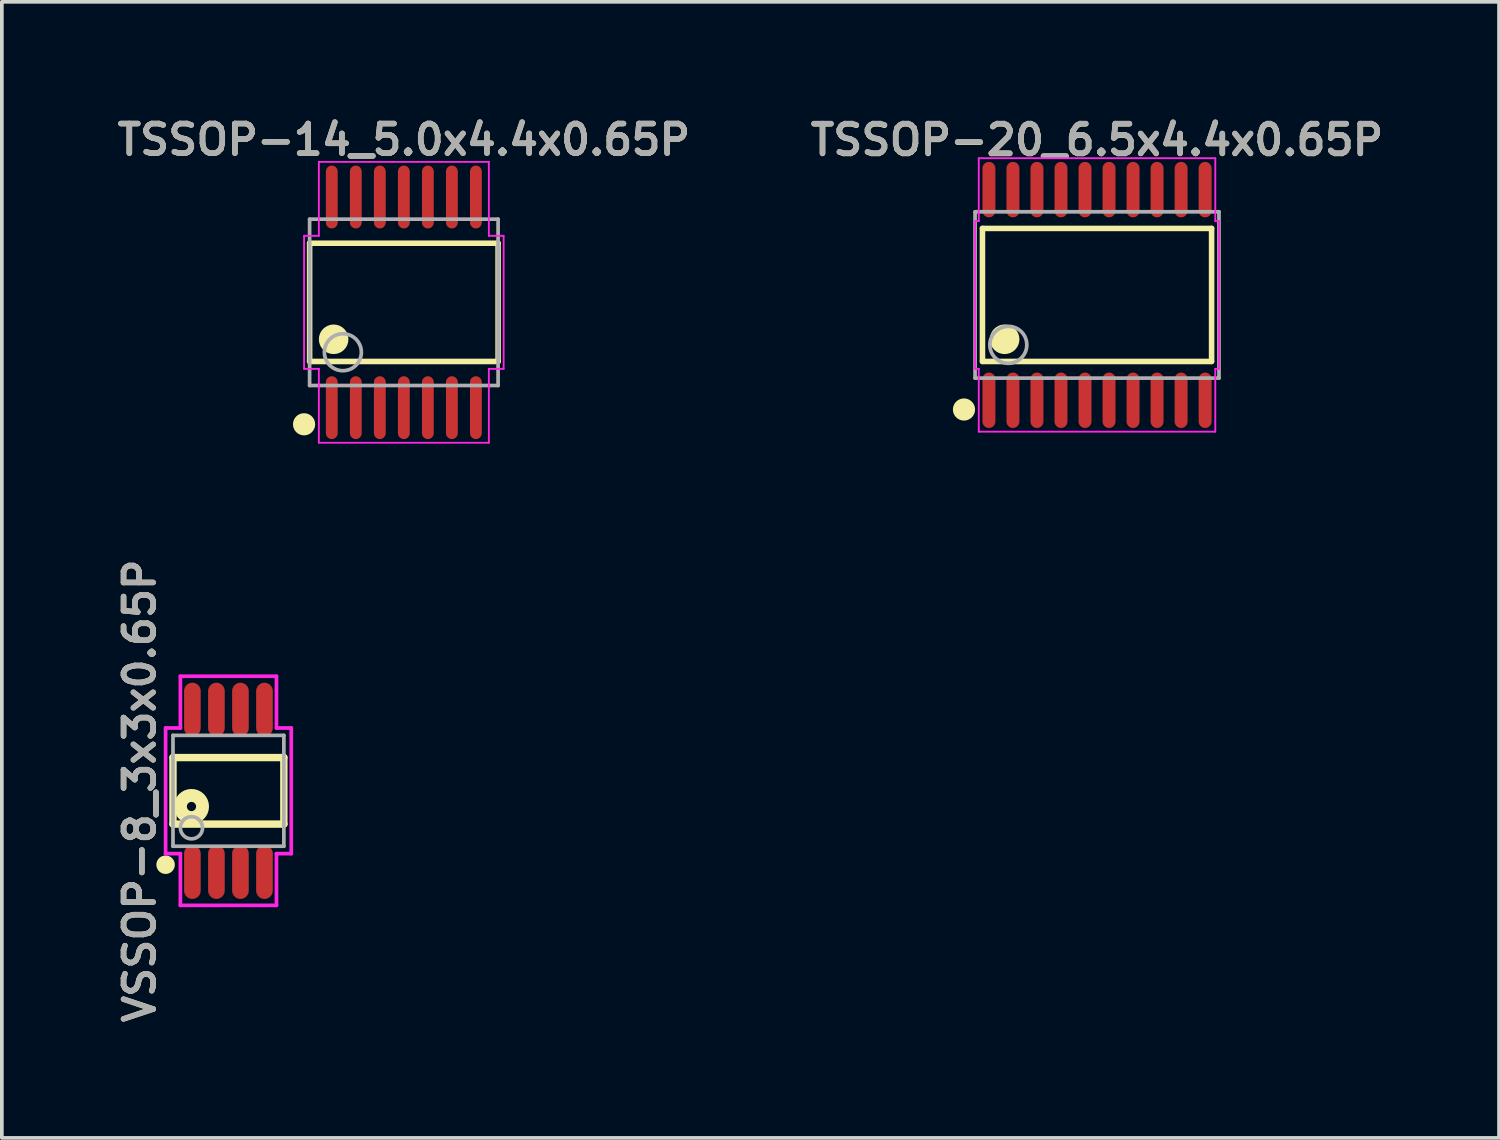
<source format=kicad_pcb>
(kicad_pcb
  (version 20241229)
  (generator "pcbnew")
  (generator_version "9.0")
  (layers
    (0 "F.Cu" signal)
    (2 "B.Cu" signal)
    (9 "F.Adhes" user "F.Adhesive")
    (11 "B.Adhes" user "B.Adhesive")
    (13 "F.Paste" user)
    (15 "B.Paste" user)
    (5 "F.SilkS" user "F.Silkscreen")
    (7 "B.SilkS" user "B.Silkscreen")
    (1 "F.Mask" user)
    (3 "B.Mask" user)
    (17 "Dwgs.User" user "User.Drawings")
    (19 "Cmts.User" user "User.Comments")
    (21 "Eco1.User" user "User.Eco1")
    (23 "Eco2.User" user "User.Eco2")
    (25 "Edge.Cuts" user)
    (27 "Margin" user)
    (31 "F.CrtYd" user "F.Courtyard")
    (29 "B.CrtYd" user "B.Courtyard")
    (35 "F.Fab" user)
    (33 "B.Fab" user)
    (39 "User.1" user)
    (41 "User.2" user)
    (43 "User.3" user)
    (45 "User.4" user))
  (footprint "VSSOP-8_3x3x0.65P"
    (layer "F.Cu")
    (at 3.131 18.349)
    (property "Reference" "VSSOP-8_3x3x0.65P" (at -2.4 0 90) (layer "F.SilkS") (effects (font (size 0.8 0.8) (thickness 0.15))))
    (attr through_hole)
    (fp_line (start -1.5 -0.9) (end 1.5 -0.9) (stroke (width 0.2) (type solid)) (layer "F.SilkS"))
    (fp_line (start -1.5 0.9) (end -1.5 -0.9) (stroke (width 0.2) (type solid)) (layer "F.SilkS"))
    (fp_line (start -1.5 0.9) (end 1.5 0.9) (stroke (width 0.2) (type solid)) (layer "F.SilkS"))
    (fp_line (start 1.5 0.9) (end 1.5 -0.9) (stroke (width 0.2) (type solid)) (layer "F.SilkS"))
    (fp_circle (center -1.7 2) (end -1.575 2) (stroke (width 0.25) (type solid)) (fill no) (layer "F.SilkS"))
    (fp_circle (center -1 0.425) (end -0.875 0.425) (stroke (width 0.35) (type solid)) (fill no) (layer "F.SilkS"))
    (fp_line (start -1.7 -1.7) (end -1.3 -1.7) (stroke (width 0.1) (type solid)) (layer "F.CrtYd"))
    (fp_line (start -1.7 1.7) (end -1.7 -1.7) (stroke (width 0.1) (type solid)) (layer "F.CrtYd"))
    (fp_line (start -1.3 -3.1) (end 1.3 -3.1) (stroke (width 0.1) (type solid)) (layer "F.CrtYd"))
    (fp_line (start -1.3 -1.7) (end -1.3 -3.1) (stroke (width 0.1) (type solid)) (layer "F.CrtYd"))
    (fp_line (start -1.3 1.7) (end -1.7 1.7) (stroke (width 0.1) (type solid)) (layer "F.CrtYd"))
    (fp_line (start -1.3 3.1) (end -1.3 1.7) (stroke (width 0.1) (type solid)) (layer "F.CrtYd"))
    (fp_line (start 1.3 -3.1) (end 1.3 -1.7) (stroke (width 0.1) (type solid)) (layer "F.CrtYd"))
    (fp_line (start 1.3 -1.7) (end 1.7 -1.7) (stroke (width 0.1) (type solid)) (layer "F.CrtYd"))
    (fp_line (start 1.3 1.7) (end 1.3 3.1) (stroke (width 0.1) (type solid)) (layer "F.CrtYd"))
    (fp_line (start 1.3 3.1) (end -1.3 3.1) (stroke (width 0.1) (type solid)) (layer "F.CrtYd"))
    (fp_line (start 1.7 -1.7) (end 1.7 1.7) (stroke (width 0.1) (type solid)) (layer "F.CrtYd"))
    (fp_line (start 1.7 1.7) (end 1.3 1.7) (stroke (width 0.1) (type solid)) (layer "F.CrtYd"))
    (fp_line (start -1.5 -1.5) (end 1.5 -1.5) (stroke (width 0.1) (type solid)) (layer "F.Fab"))
    (fp_line (start -1.5 1.5) (end -1.5 -1.5) (stroke (width 0.1) (type solid)) (layer "F.Fab"))
    (fp_line (start -1.5 1.5) (end 1.5 1.5) (stroke (width 0.1) (type solid)) (layer "F.Fab"))
    (fp_line (start 1.5 1.5) (end 1.5 -1.5) (stroke (width 0.1) (type solid)) (layer "F.Fab"))
    (fp_circle (center -1 1) (end -0.7 1) (stroke (width 0.1) (type solid)) (fill no) (layer "F.Fab"))
    (fp_text user "${REFERENCE}" (at -2.4 0 90) (layer "F.Fab") (effects (font (size 0.8 0.8) (thickness 0.15))))
    (pad "1" smd oval (at -0.975 2.2 270) (size 1.45 0.45) (layers "F.Cu" "F.Mask" "F.Paste"))
    (pad "2" smd oval (at -0.325 2.2 270) (size 1.45 0.45) (layers "F.Cu" "F.Mask" "F.Paste"))
    (pad "3" smd oval (at 0.325 2.2 270) (size 1.45 0.45) (layers "F.Cu" "F.Mask" "F.Paste"))
    (pad "4" smd oval (at 0.975 2.2 270) (size 1.45 0.45) (layers "F.Cu" "F.Mask" "F.Paste"))
    (pad "5" smd oval (at 0.975 -2.2 270) (size 1.45 0.45) (layers "F.Cu" "F.Mask" "F.Paste"))
    (pad "6" smd oval (at 0.325 -2.2 270) (size 1.45 0.45) (layers "F.Cu" "F.Mask" "F.Paste"))
    (pad "7" smd oval (at -0.325 -2.2 270) (size 1.45 0.45) (layers "F.Cu" "F.Mask" "F.Paste"))
    (pad "8" smd oval (at -0.975 -2.2 270) (size 1.45 0.45) (layers "F.Cu" "F.Mask" "F.Paste")))
  (footprint "TSSOP-14_5.0x4.4x0.65P"
    (layer "F.Cu")
    (at 7.878 5.131)
    (property "Reference" "TSSOP-14_5.0x4.4x0.65P" (at 0 -4.4 0) (layer "F.SilkS") (effects (font (size 0.8 0.8) (thickness 0.15))))
    (attr smd)
    (fp_line (start -2.55 -1.6) (end 2.55 -1.6) (stroke (width 0.15) (type solid)) (layer "F.SilkS"))
    (fp_line (start -2.55 1.6) (end -2.55 -1.6) (stroke (width 0.15) (type solid)) (layer "F.SilkS"))
    (fp_line (start -2.55 1.6) (end 2.55 1.6) (stroke (width 0.15) (type solid)) (layer "F.SilkS"))
    (fp_line (start 2.55 1.6) (end 2.55 -1.6) (stroke (width 0.15) (type solid)) (layer "F.SilkS"))
    (fp_circle (center -2.7 3.3) (end -2.55 3.3) (stroke (width 0.3) (type solid)) (fill no) (layer "F.SilkS"))
    (fp_circle (center -1.9 1) (end -1.7 1) (stroke (width 0.4) (type solid)) (fill no) (layer "F.SilkS"))
    (fp_line (start -2.7 1.8) (end -2.7 -1.8) (stroke (width 0.05) (type solid)) (layer "F.CrtYd"))
    (fp_line (start -2.3 -3.8) (end -2.3 -1.8) (stroke (width 0.05) (type solid)) (layer "F.CrtYd"))
    (fp_line (start -2.3 -3.8) (end 2.3 -3.8) (stroke (width 0.05) (type solid)) (layer "F.CrtYd"))
    (fp_line (start -2.3 -1.8) (end -2.7 -1.8) (stroke (width 0.05) (type solid)) (layer "F.CrtYd"))
    (fp_line (start -2.3 1.8) (end -2.7 1.8) (stroke (width 0.05) (type solid)) (layer "F.CrtYd"))
    (fp_line (start -2.3 3.8) (end -2.3 1.8) (stroke (width 0.05) (type solid)) (layer "F.CrtYd"))
    (fp_line (start 2.3 -3.8) (end 2.3 -1.8) (stroke (width 0.05) (type solid)) (layer "F.CrtYd"))
    (fp_line (start 2.3 -1.8) (end 2.7 -1.8) (stroke (width 0.05) (type solid)) (layer "F.CrtYd"))
    (fp_line (start 2.3 1.8) (end 2.3 3.8) (stroke (width 0.05) (type solid)) (layer "F.CrtYd"))
    (fp_line (start 2.3 3.8) (end -2.3 3.8) (stroke (width 0.05) (type solid)) (layer "F.CrtYd"))
    (fp_line (start 2.7 -1.8) (end 2.7 1.8) (stroke (width 0.05) (type solid)) (layer "F.CrtYd"))
    (fp_line (start 2.7 1.8) (end 2.3 1.8) (stroke (width 0.05) (type solid)) (layer "F.CrtYd"))
    (fp_line (start -2.55 -2.25) (end 2.55 -2.25) (stroke (width 0.1) (type solid)) (layer "F.Fab"))
    (fp_line (start -2.55 2.25) (end -2.55 -2.25) (stroke (width 0.1) (type solid)) (layer "F.Fab"))
    (fp_line (start -2.55 2.25) (end 2.55 2.25) (stroke (width 0.1) (type solid)) (layer "F.Fab"))
    (fp_line (start 2.55 -2.25) (end 2.55 2.25) (stroke (width 0.1) (type solid)) (layer "F.Fab"))
    (fp_circle (center -1.65 1.35) (end -1.15 1.35) (stroke (width 0.1) (type solid)) (fill no) (layer "F.Fab"))
    (fp_text user "${REFERENCE}" (at 0 -4.4 0) (layer "F.Fab") (effects (font (size 0.8 0.8) (thickness 0.15))))
    (pad "1" smd oval (at -1.95 2.85 180) (size 0.32 1.7) (layers "F.Cu" "F.Mask" "F.Paste"))
    (pad "2" smd oval (at -1.3 2.85 180) (size 0.32 1.7) (layers "F.Cu" "F.Mask" "F.Paste"))
    (pad "3" smd oval (at -0.65 2.85 180) (size 0.32 1.7) (layers "F.Cu" "F.Mask" "F.Paste"))
    (pad "4" smd oval (at 0 2.85 180) (size 0.32 1.7) (layers "F.Cu" "F.Mask" "F.Paste"))
    (pad "5" smd oval (at 0.65 2.85 180) (size 0.32 1.7) (layers "F.Cu" "F.Mask" "F.Paste"))
    (pad "6" smd oval (at 1.3 2.85 180) (size 0.32 1.7) (layers "F.Cu" "F.Mask" "F.Paste"))
    (pad "7" smd oval (at 1.95 2.85 180) (size 0.32 1.7) (layers "F.Cu" "F.Mask" "F.Paste"))
    (pad "8" smd oval (at 1.95 -2.85 180) (size 0.32 1.7) (layers "F.Cu" "F.Mask" "F.Paste"))
    (pad "9" smd oval (at 1.3 -2.85 180) (size 0.32 1.7) (layers "F.Cu" "F.Mask" "F.Paste"))
    (pad "10" smd oval (at 0.65 -2.85 180) (size 0.32 1.7) (layers "F.Cu" "F.Mask" "F.Paste"))
    (pad "11" smd oval (at 0 -2.85 180) (size 0.32 1.7) (layers "F.Cu" "F.Mask" "F.Paste"))
    (pad "12" smd oval (at -0.65 -2.85 180) (size 0.32 1.7) (layers "F.Cu" "F.Mask" "F.Paste"))
    (pad "13" smd oval (at -1.3 -2.85 180) (size 0.32 1.7) (layers "F.Cu" "F.Mask" "F.Paste"))
    (pad "14" smd oval (at -1.95 -2.85 180) (size 0.32 1.7) (layers "F.Cu" "F.Mask" "F.Paste")))
  (footprint "TSSOP-20_6.5x4.4x0.65P"
    (layer "F.Cu")
    (at 26.635 4.931)
    (property "Reference" "TSSOP-20_6.5x4.4x0.65P" (at 0 -4.192 0) (layer "F.SilkS") (effects (font (size 0.8 0.8) (thickness 0.15))))
    (attr smd)
    (fp_line (start -3.1 -1.8) (end 3.1 -1.8) (stroke (width 0.15) (type solid)) (layer "F.SilkS"))
    (fp_line (start -3.1 1.8) (end -3.1 -1.8) (stroke (width 0.15) (type solid)) (layer "F.SilkS"))
    (fp_line (start -3.1 1.8) (end 3.1 1.8) (stroke (width 0.15) (type solid)) (layer "F.SilkS"))
    (fp_line (start 3.1 1.8) (end 3.1 -1.8) (stroke (width 0.15) (type solid)) (layer "F.SilkS"))
    (fp_circle (center -3.6 3.1) (end -3.45 3.1) (stroke (width 0.3) (type solid)) (fill no) (layer "F.SilkS"))
    (fp_circle (center -2.5 1.2) (end -2.3 1.2) (stroke (width 0.4) (type solid)) (fill no) (layer "F.SilkS"))
    (fp_line (start -3.3 -2) (end -3.2 -2) (stroke (width 0.05) (type solid)) (layer "F.CrtYd"))
    (fp_line (start -3.3 2) (end -3.3 -2) (stroke (width 0.05) (type solid)) (layer "F.CrtYd"))
    (fp_line (start -3.3 2) (end -3.2 2) (stroke (width 0.05) (type solid)) (layer "F.CrtYd"))
    (fp_line (start -3.2 -3.7) (end 3.2 -3.7) (stroke (width 0.05) (type solid)) (layer "F.CrtYd"))
    (fp_line (start -3.2 -2) (end -3.2 -3.7) (stroke (width 0.05) (type solid)) (layer "F.CrtYd"))
    (fp_line (start -3.2 3.7) (end -3.2 2) (stroke (width 0.05) (type solid)) (layer "F.CrtYd"))
    (fp_line (start 3.2 -3.7) (end 3.2 -2) (stroke (width 0.05) (type solid)) (layer "F.CrtYd"))
    (fp_line (start 3.2 2) (end 3.2 3.7) (stroke (width 0.05) (type solid)) (layer "F.CrtYd"))
    (fp_line (start 3.2 3.7) (end -3.2 3.7) (stroke (width 0.05) (type solid)) (layer "F.CrtYd"))
    (fp_line (start 3.3 -2) (end 3.2 -2) (stroke (width 0.05) (type solid)) (layer "F.CrtYd"))
    (fp_line (start 3.3 -2) (end 3.3 2) (stroke (width 0.05) (type solid)) (layer "F.CrtYd"))
    (fp_line (start 3.3 2) (end 3.2 2) (stroke (width 0.05) (type solid)) (layer "F.CrtYd"))
    (fp_line (start -3.3 -2.25) (end -3.3 2.25) (stroke (width 0.1) (type solid)) (layer "F.Fab"))
    (fp_line (start -3.3 -2.25) (end 3.3 -2.25) (stroke (width 0.1) (type solid)) (layer "F.Fab"))
    (fp_line (start -3.3 2.25) (end 3.3 2.25) (stroke (width 0.1) (type solid)) (layer "F.Fab"))
    (fp_line (start 3.3 2.25) (end 3.3 -2.25) (stroke (width 0.1) (type solid)) (layer "F.Fab"))
    (fp_circle (center -2.4 1.35) (end -1.9 1.35) (stroke (width 0.1) (type solid)) (fill no) (layer "F.Fab"))
    (fp_text user "${REFERENCE}" (at 0 -4.2 0) (layer "F.Fab") (effects (font (size 0.8 0.8) (thickness 0.15))))
    (pad "1" smd oval (at -2.925 2.85 180) (size 0.35 1.5) (layers "F.Cu" "F.Mask" "F.Paste"))
    (pad "2" smd oval (at -2.275 2.85 180) (size 0.35 1.5) (layers "F.Cu" "F.Mask" "F.Paste"))
    (pad "3" smd oval (at -1.625 2.85 180) (size 0.35 1.5) (layers "F.Cu" "F.Mask" "F.Paste"))
    (pad "4" smd oval (at -0.975 2.85 180) (size 0.35 1.5) (layers "F.Cu" "F.Mask" "F.Paste"))
    (pad "5" smd oval (at -0.325 2.85 180) (size 0.35 1.5) (layers "F.Cu" "F.Mask" "F.Paste"))
    (pad "6" smd oval (at 0.325 2.85 180) (size 0.35 1.5) (layers "F.Cu" "F.Mask" "F.Paste"))
    (pad "7" smd oval (at 0.975 2.85 180) (size 0.35 1.5) (layers "F.Cu" "F.Mask" "F.Paste"))
    (pad "8" smd oval (at 1.625 2.85 180) (size 0.35 1.5) (layers "F.Cu" "F.Mask" "F.Paste"))
    (pad "9" smd oval (at 2.275 2.85 180) (size 0.35 1.5) (layers "F.Cu" "F.Mask" "F.Paste"))
    (pad "10" smd oval (at 2.925 2.85 180) (size 0.35 1.5) (layers "F.Cu" "F.Mask" "F.Paste"))
    (pad "11" smd oval (at 2.925 -2.85 180) (size 0.35 1.5) (layers "F.Cu" "F.Mask" "F.Paste"))
    (pad "12" smd oval (at 2.275 -2.85 180) (size 0.35 1.5) (layers "F.Cu" "F.Mask" "F.Paste"))
    (pad "13" smd oval (at 1.625 -2.85 180) (size 0.35 1.5) (layers "F.Cu" "F.Mask" "F.Paste"))
    (pad "14" smd oval (at 0.975 -2.85 180) (size 0.35 1.5) (layers "F.Cu" "F.Mask" "F.Paste"))
    (pad "15" smd oval (at 0.325 -2.85 180) (size 0.35 1.5) (layers "F.Cu" "F.Mask" "F.Paste"))
    (pad "16" smd oval (at -0.325 -2.85 180) (size 0.35 1.5) (layers "F.Cu" "F.Mask" "F.Paste"))
    (pad "17" smd oval (at -0.975 -2.85 180) (size 0.35 1.5) (layers "F.Cu" "F.Mask" "F.Paste"))
    (pad "18" smd oval (at -1.625 -2.85 180) (size 0.35 1.5) (layers "F.Cu" "F.Mask" "F.Paste"))
    (pad "19" smd oval (at -2.275 -2.85 180) (size 0.35 1.5) (layers "F.Cu" "F.Mask" "F.Paste"))
    (pad "20" smd oval (at -2.925 -2.85 180) (size 0.35 1.5) (layers "F.Cu" "F.Mask" "F.Paste")))
  (gr_rect
    (start -3 -3)
    (end 37.513 27.741)
    (stroke (width 0.1) (type default))
    (fill no)
    (layer "Edge.Cuts")))
</source>
